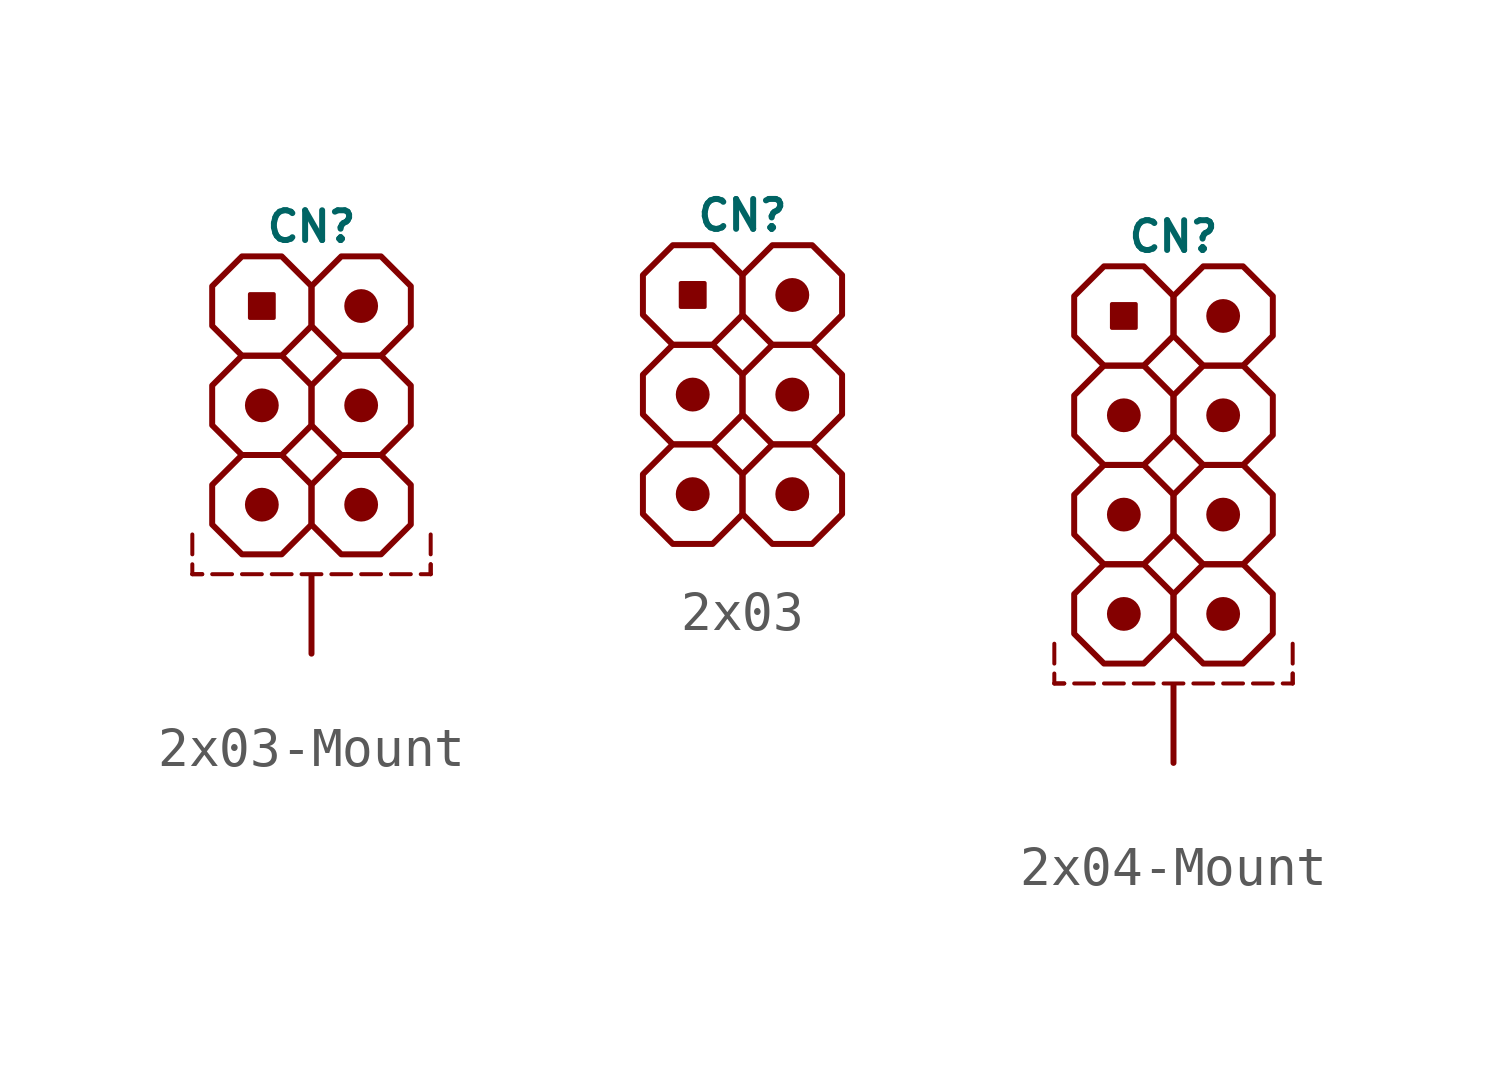
<source format=kicad_sym>
(kicad_symbol_lib
  (version 20220914)
  (generator kicad_symbol_editor)
  (symbol "2x03-Mount"
    (pin_numbers hide)
    (pin_names
      (offset 0) hide)
    (property "Reference" "CN"
      (at 0 4.572 0)
      (effects (font (size 0.762 0.762))))
    (symbol "2x03-Mount_0_1"
      (rectangle (start -1.575 2.845) (end -0.965 2.235) (stroke (width 0.102) (type solid)) (fill (type outline)))
      (circle (center -1.27 -2.54) (radius 0.356) (stroke (width 0) (type solid)) (fill (type outline)))
      (circle (center -1.27 0) (radius 0.356) (stroke (width 0) (type solid)) (fill (type outline)))
      (polyline (pts (xy -1.27 -3.81) (xy -1.778 -3.81) (xy -2.54 -3.048) (xy -2.54 -2.032) (xy -1.778 -1.27) (xy -0.762 -1.27) (xy 0 -2.032) (xy 0 -3.048) (xy -0.762 -3.81) (xy -1.27 -3.81)) (stroke (width 0) (type solid)) (fill (type none)))
      (polyline (pts (xy -1.27 -1.27) (xy -1.778 -1.27) (xy -2.54 -0.508) (xy -2.54 0.508) (xy -1.778 1.27) (xy -0.762 1.27) (xy 0 0.508) (xy 0 -0.508) (xy -0.762 -1.27) (xy -1.27 -1.27)) (stroke (width 0) (type solid)) (fill (type none)))
      (polyline (pts (xy -1.27 1.27) (xy -1.778 1.27) (xy -2.54 2.032) (xy -2.54 3.048) (xy -1.778 3.81) (xy -0.762 3.81) (xy 0 3.048) (xy 0 2.032) (xy -0.762 1.27) (xy -1.27 1.27)) (stroke (width 0) (type solid)) (fill (type none)))
      (polyline (pts (xy 1.27 -3.81) (xy 0.762 -3.81) (xy 0 -3.048) (xy 0 -2.032) (xy 0.762 -1.27) (xy 1.778 -1.27) (xy 2.54 -2.032) (xy 2.54 -3.048) (xy 1.778 -3.81) (xy 1.27 -3.81)) (stroke (width 0) (type solid)) (fill (type none)))
      (polyline (pts (xy 1.27 -1.27) (xy 0.762 -1.27) (xy 0 -0.508) (xy 0 0.508) (xy 0.762 1.27) (xy 1.778 1.27) (xy 2.54 0.508) (xy 2.54 -0.508) (xy 1.778 -1.27) (xy 1.27 -1.27)) (stroke (width 0) (type solid)) (fill (type none)))
      (polyline (pts (xy 1.27 1.27) (xy 0.762 1.27) (xy 0 2.032) (xy 0 3.048) (xy 0.762 3.81) (xy 1.778 3.81) (xy 2.54 3.048) (xy 2.54 2.032) (xy 1.778 1.27) (xy 1.27 1.27)) (stroke (width 0) (type solid)) (fill (type none)))
      (circle (center 1.27 -2.54) (radius 0.356) (stroke (width 0) (type solid)) (fill (type outline)))
      (circle (center 1.27 0) (radius 0.356) (stroke (width 0) (type solid)) (fill (type outline)))
      (circle (center 1.27 2.54) (radius 0.356) (stroke (width 0) (type solid)) (fill (type outline))))
    (symbol "2x03-Mount_1_1"
      (polyline (pts (xy -3.048 -4.318) (xy -3.048 -4.064)) (stroke (width 0.102) (type solid)) (fill (type none)))
      (polyline (pts (xy -3.048 -4.318) (xy -2.794 -4.318)) (stroke (width 0.102) (type solid)) (fill (type none)))
      (polyline (pts (xy -3.048 -4.318) (xy -2.794 -4.318)) (stroke (width 0.102) (type solid)) (fill (type none)))
      (polyline (pts (xy -3.048 -3.81) (xy -3.048 -3.302)) (stroke (width 0.102) (type solid)) (fill (type none)))
      (polyline (pts (xy -2.54 -4.318) (xy -2.032 -4.318)) (stroke (width 0.102) (type solid)) (fill (type none)))
      (polyline (pts (xy -1.778 -4.318) (xy -1.27 -4.318)) (stroke (width 0.102) (type solid)) (fill (type none)))
      (polyline (pts (xy -1.016 -4.318) (xy -0.508 -4.318)) (stroke (width 0.102) (type solid)) (fill (type none)))
      (polyline (pts (xy -0.254 -4.318) (xy 0.254 -4.318)) (stroke (width 0.102) (type solid)) (fill (type none)))
      (polyline (pts (xy 0.508 -4.318) (xy 1.016 -4.318)) (stroke (width 0.102) (type solid)) (fill (type none)))
      (polyline (pts (xy 1.27 -4.318) (xy 1.778 -4.318)) (stroke (width 0.102) (type solid)) (fill (type none)))
      (polyline (pts (xy 2.032 -4.318) (xy 2.54 -4.318)) (stroke (width 0.102) (type solid)) (fill (type none)))
      (polyline (pts (xy 3.048 -4.318) (xy 2.794 -4.318)) (stroke (width 0.102) (type solid)) (fill (type none)))
      (polyline (pts (xy 3.048 -4.318) (xy 3.048 -4.064)) (stroke (width 0.102) (type solid)) (fill (type none)))
      (polyline (pts (xy 3.048 -4.318) (xy 3.048 -4.064)) (stroke (width 0.102) (type solid)) (fill (type none)))
      (polyline (pts (xy 3.048 -3.81) (xy 3.048 -3.302)) (stroke (width 0.102) (type solid)) (fill (type none)))
      (pin passive line (at 0 -6.35 90) (length 1.981) (name "0" (effects (font (size 0.762 0.762)))) (number "0" (effects (font (size 0.762 0.762)))))
      (pin passive line (at -1.27 2.54 0) (length 0) (name "1" (effects (font (size 0.889 0.889)))) (number "1" (effects (font (size 0.889 0.889)))))
      (pin passive line (at 1.27 2.54 180) (length 0) (name "2" (effects (font (size 0.889 0.889)))) (number "2" (effects (font (size 0.889 0.889)))))
      (pin passive line (at -1.27 0 0) (length 0) (name "3" (effects (font (size 0.889 0.889)))) (number "3" (effects (font (size 0.889 0.889)))))
      (pin passive line (at 1.27 0 180) (length 0) (name "4" (effects (font (size 0.889 0.889)))) (number "4" (effects (font (size 0.889 0.889)))))
      (pin passive line (at -1.27 -2.54 0) (length 0) (name "5" (effects (font (size 0.889 0.889)))) (number "5" (effects (font (size 0.889 0.889)))))
      (pin passive line (at 1.27 -2.54 180) (length 0) (name "6" (effects (font (size 0.889 0.889)))) (number "6" (effects (font (size 0.889 0.889)))))))
  (symbol "2x03"
    (pin_numbers hide)
    (pin_names
      (offset 0) hide)
    (property "Reference" "CN"
      (at 0 4.572 0)
      (effects (font (size 0.762 0.762))))
    (symbol "2x03_0_1"
      (rectangle (start -1.575 2.845) (end -0.965 2.235) (stroke (width 0.102) (type solid)) (fill (type outline)))
      (circle (center -1.27 -2.54) (radius 0.356) (stroke (width 0) (type solid)) (fill (type outline)))
      (circle (center -1.27 0) (radius 0.356) (stroke (width 0) (type solid)) (fill (type outline)))
      (polyline (pts (xy -1.27 -3.81) (xy -1.778 -3.81) (xy -2.54 -3.048) (xy -2.54 -2.032) (xy -1.778 -1.27) (xy -0.762 -1.27) (xy 0 -2.032) (xy 0 -3.048) (xy -0.762 -3.81) (xy -1.27 -3.81)) (stroke (width 0) (type solid)) (fill (type none)))
      (polyline (pts (xy -1.27 -1.27) (xy -1.778 -1.27) (xy -2.54 -0.508) (xy -2.54 0.508) (xy -1.778 1.27) (xy -0.762 1.27) (xy 0 0.508) (xy 0 -0.508) (xy -0.762 -1.27) (xy -1.27 -1.27)) (stroke (width 0) (type solid)) (fill (type none)))
      (polyline (pts (xy -1.27 1.27) (xy -1.778 1.27) (xy -2.54 2.032) (xy -2.54 3.048) (xy -1.778 3.81) (xy -0.762 3.81) (xy 0 3.048) (xy 0 2.032) (xy -0.762 1.27) (xy -1.27 1.27)) (stroke (width 0) (type solid)) (fill (type none)))
      (polyline (pts (xy 1.27 -3.81) (xy 0.762 -3.81) (xy 0 -3.048) (xy 0 -2.032) (xy 0.762 -1.27) (xy 1.778 -1.27) (xy 2.54 -2.032) (xy 2.54 -3.048) (xy 1.778 -3.81) (xy 1.27 -3.81)) (stroke (width 0) (type solid)) (fill (type none)))
      (polyline (pts (xy 1.27 -1.27) (xy 0.762 -1.27) (xy 0 -0.508) (xy 0 0.508) (xy 0.762 1.27) (xy 1.778 1.27) (xy 2.54 0.508) (xy 2.54 -0.508) (xy 1.778 -1.27) (xy 1.27 -1.27)) (stroke (width 0) (type solid)) (fill (type none)))
      (polyline (pts (xy 1.27 1.27) (xy 0.762 1.27) (xy 0 2.032) (xy 0 3.048) (xy 0.762 3.81) (xy 1.778 3.81) (xy 2.54 3.048) (xy 2.54 2.032) (xy 1.778 1.27) (xy 1.27 1.27)) (stroke (width 0) (type solid)) (fill (type none)))
      (circle (center 1.27 -2.54) (radius 0.356) (stroke (width 0) (type solid)) (fill (type outline)))
      (circle (center 1.27 0) (radius 0.356) (stroke (width 0) (type solid)) (fill (type outline)))
      (circle (center 1.27 2.54) (radius 0.356) (stroke (width 0) (type solid)) (fill (type outline))))
    (symbol "2x03_1_1"
      (pin passive line (at -1.27 2.54 0) (length 0) (name "1" (effects (font (size 0.889 0.889)))) (number "1" (effects (font (size 0.889 0.889)))))
      (pin passive line (at 1.27 2.54 180) (length 0) (name "2" (effects (font (size 0.889 0.889)))) (number "2" (effects (font (size 0.889 0.889)))))
      (pin passive line (at -1.27 0 0) (length 0) (name "3" (effects (font (size 0.889 0.889)))) (number "3" (effects (font (size 0.889 0.889)))))
      (pin passive line (at 1.27 0 180) (length 0) (name "4" (effects (font (size 0.889 0.889)))) (number "4" (effects (font (size 0.889 0.889)))))
      (pin passive line (at -1.27 -2.54 0) (length 0) (name "5" (effects (font (size 0.889 0.889)))) (number "5" (effects (font (size 0.889 0.889)))))
      (pin passive line (at 1.27 -2.54 180) (length 0) (name "6" (effects (font (size 0.889 0.889)))) (number "6" (effects (font (size 0.889 0.889)))))))
  (symbol "2x04-Mount"
    (pin_numbers hide)
    (pin_names
      (offset 0) hide)
    (property "Reference" "CN"
      (at 0 5.842 0)
      (effects (font (size 0.762 0.762))))
    (symbol "2x04-Mount_0_1"
      (rectangle (start -1.575 4.115) (end -0.965 3.505) (stroke (width 0.102) (type solid)) (fill (type outline)))
      (circle (center -1.27 -3.81) (radius 0.356) (stroke (width 0) (type solid)) (fill (type outline)))
      (circle (center -1.27 -1.27) (radius 0.356) (stroke (width 0) (type solid)) (fill (type outline)))
      (circle (center -1.27 1.27) (radius 0.356) (stroke (width 0) (type solid)) (fill (type outline)))
      (polyline (pts (xy -1.27 -5.08) (xy -1.778 -5.08) (xy -2.54 -4.318) (xy -2.54 -3.302) (xy -1.778 -2.54) (xy -0.762 -2.54) (xy 0 -3.302) (xy 0 -4.318) (xy -0.762 -5.08) (xy -1.27 -5.08)) (stroke (width 0) (type solid)) (fill (type none)))
      (polyline (pts (xy -1.27 -2.54) (xy -1.778 -2.54) (xy -2.54 -1.778) (xy -2.54 -0.762) (xy -1.778 0) (xy -0.762 0) (xy 0 -0.762) (xy 0 -1.778) (xy -0.762 -2.54) (xy -1.27 -2.54)) (stroke (width 0) (type solid)) (fill (type none)))
      (polyline (pts (xy -1.27 0) (xy -1.778 0) (xy -2.54 0.762) (xy -2.54 1.778) (xy -1.778 2.54) (xy -0.762 2.54) (xy 0 1.778) (xy 0 0.762) (xy -0.762 0) (xy -1.27 0)) (stroke (width 0) (type solid)) (fill (type none)))
      (polyline (pts (xy -1.27 2.54) (xy -1.778 2.54) (xy -2.54 3.302) (xy -2.54 4.318) (xy -1.778 5.08) (xy -0.762 5.08) (xy 0 4.318) (xy 0 3.302) (xy -0.762 2.54) (xy -1.27 2.54)) (stroke (width 0) (type solid)) (fill (type none)))
      (polyline (pts (xy 1.27 -5.08) (xy 0.762 -5.08) (xy 0 -4.318) (xy 0 -3.302) (xy 0.762 -2.54) (xy 1.778 -2.54) (xy 2.54 -3.302) (xy 2.54 -4.318) (xy 1.778 -5.08) (xy 1.27 -5.08)) (stroke (width 0) (type solid)) (fill (type none)))
      (polyline (pts (xy 1.27 -2.54) (xy 0.762 -2.54) (xy 0 -1.778) (xy 0 -0.762) (xy 0.762 0) (xy 1.778 0) (xy 2.54 -0.762) (xy 2.54 -1.778) (xy 1.778 -2.54) (xy 1.27 -2.54)) (stroke (width 0) (type solid)) (fill (type none)))
      (polyline (pts (xy 1.27 0) (xy 0.762 0) (xy 0 0.762) (xy 0 1.778) (xy 0.762 2.54) (xy 1.778 2.54) (xy 2.54 1.778) (xy 2.54 0.762) (xy 1.778 0) (xy 1.27 0)) (stroke (width 0) (type solid)) (fill (type none)))
      (polyline (pts (xy 1.27 2.54) (xy 0.762 2.54) (xy 0 3.302) (xy 0 4.318) (xy 0.762 5.08) (xy 1.778 5.08) (xy 2.54 4.318) (xy 2.54 3.302) (xy 1.778 2.54) (xy 1.27 2.54)) (stroke (width 0) (type solid)) (fill (type none)))
      (circle (center 1.27 -3.81) (radius 0.356) (stroke (width 0) (type solid)) (fill (type outline)))
      (circle (center 1.27 -1.27) (radius 0.356) (stroke (width 0) (type solid)) (fill (type outline)))
      (circle (center 1.27 1.27) (radius 0.356) (stroke (width 0) (type solid)) (fill (type outline)))
      (circle (center 1.27 3.81) (radius 0.356) (stroke (width 0) (type solid)) (fill (type outline))))
    (symbol "2x04-Mount_1_1"
      (polyline (pts (xy -3.048 -5.588) (xy -3.048 -5.334)) (stroke (width 0.102) (type solid)) (fill (type none)))
      (polyline (pts (xy -3.048 -5.588) (xy -2.794 -5.588)) (stroke (width 0.102) (type solid)) (fill (type none)))
      (polyline (pts (xy -3.048 -5.588) (xy -2.794 -5.588)) (stroke (width 0.102) (type solid)) (fill (type none)))
      (polyline (pts (xy -3.048 -5.08) (xy -3.048 -4.572)) (stroke (width 0.102) (type solid)) (fill (type none)))
      (polyline (pts (xy -2.54 -5.588) (xy -2.032 -5.588)) (stroke (width 0.102) (type solid)) (fill (type none)))
      (polyline (pts (xy -1.778 -5.588) (xy -1.27 -5.588)) (stroke (width 0.102) (type solid)) (fill (type none)))
      (polyline (pts (xy -1.016 -5.588) (xy -0.508 -5.588)) (stroke (width 0.102) (type solid)) (fill (type none)))
      (polyline (pts (xy -0.254 -5.588) (xy 0.254 -5.588)) (stroke (width 0.102) (type solid)) (fill (type none)))
      (polyline (pts (xy 0.508 -5.588) (xy 1.016 -5.588)) (stroke (width 0.102) (type solid)) (fill (type none)))
      (polyline (pts (xy 1.27 -5.588) (xy 1.778 -5.588)) (stroke (width 0.102) (type solid)) (fill (type none)))
      (polyline (pts (xy 2.032 -5.588) (xy 2.54 -5.588)) (stroke (width 0.102) (type solid)) (fill (type none)))
      (polyline (pts (xy 3.048 -5.588) (xy 2.794 -5.588)) (stroke (width 0.102) (type solid)) (fill (type none)))
      (polyline (pts (xy 3.048 -5.588) (xy 3.048 -5.334)) (stroke (width 0.102) (type solid)) (fill (type none)))
      (polyline (pts (xy 3.048 -5.588) (xy 3.048 -5.334)) (stroke (width 0.102) (type solid)) (fill (type none)))
      (polyline (pts (xy 3.048 -5.08) (xy 3.048 -4.572)) (stroke (width 0.102) (type solid)) (fill (type none)))
      (pin passive line (at 0 -7.62 90) (length 1.981) (name "0" (effects (font (size 0.762 0.762)))) (number "0" (effects (font (size 0.762 0.762)))))
      (pin passive line (at -1.27 3.81 0) (length 0) (name "1" (effects (font (size 0.889 0.889)))) (number "1" (effects (font (size 0.889 0.889)))))
      (pin passive line (at 1.27 3.81 180) (length 0) (name "2" (effects (font (size 0.889 0.889)))) (number "2" (effects (font (size 0.889 0.889)))))
      (pin passive line (at -1.27 1.27 0) (length 0) (name "3" (effects (font (size 0.889 0.889)))) (number "3" (effects (font (size 0.889 0.889)))))
      (pin passive line (at 1.27 1.27 180) (length 0) (name "4" (effects (font (size 0.889 0.889)))) (number "4" (effects (font (size 0.889 0.889)))))
      (pin passive line (at -1.27 -1.27 0) (length 0) (name "5" (effects (font (size 0.889 0.889)))) (number "5" (effects (font (size 0.889 0.889)))))
      (pin passive line (at 1.27 -1.27 180) (length 0) (name "6" (effects (font (size 0.889 0.889)))) (number "6" (effects (font (size 0.889 0.889)))))
      (pin passive line (at -1.27 -3.81 0) (length 0) (name "7" (effects (font (size 0.889 0.889)))) (number "7" (effects (font (size 0.889 0.889)))))
      (pin passive line (at 1.27 -3.81 180) (length 0) (name "8" (effects (font (size 0.889 0.889)))) (number "8" (effects (font (size 0.889 0.889))))))))
</source>
